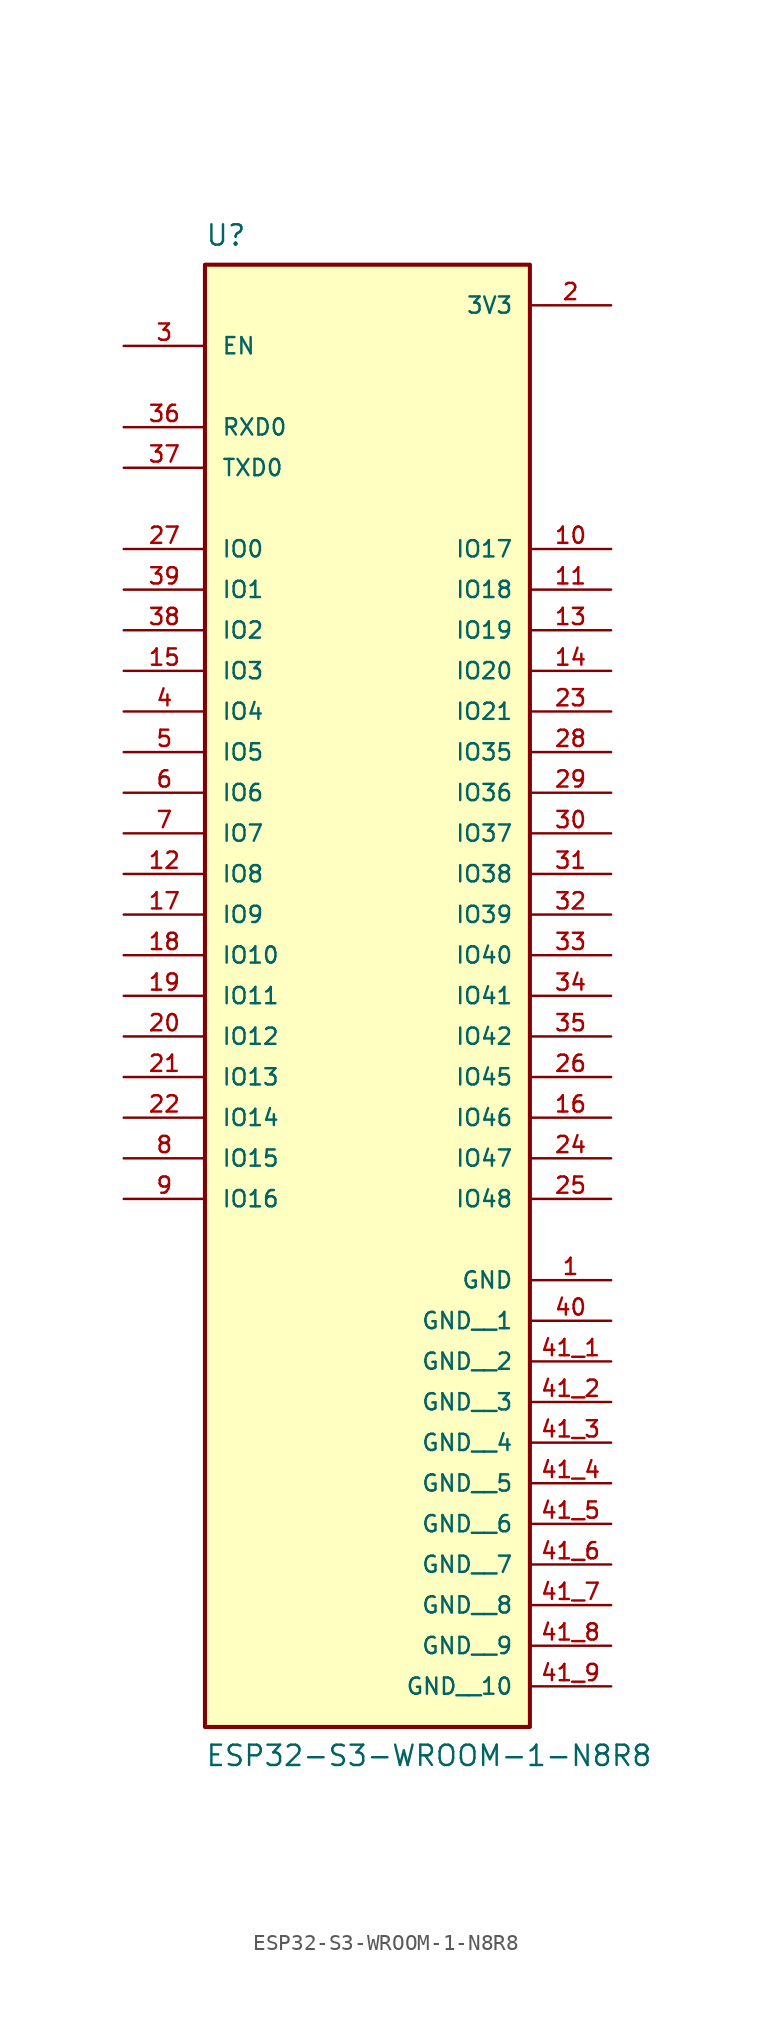
<source format=kicad_sym>
(kicad_symbol_lib
  (version 20211014)
  (generator kicad_symbol_editor)
  (symbol "ESP32-S3-WROOM-1-N8R8"
    (pin_names
      (offset 1.016))
    (property "Reference" "U"
      (at -10.16 34.112 0)
      (effects (font (size 1.27 1.27)) (justify bottom left)))
    (property "Value" "ESP32-S3-WROOM-1-N8R8"
      (at -10.16 -60.96 0)
      (effects (font (size 1.27 1.27)) (justify bottom left)))
    (symbol "ESP32-S3-WROOM-1-N8R8_0_0"
      (rectangle (start -10.16 -58.42) (end 10.16 33.02) (stroke (width 0.254)) (fill (type background)))
      (pin power_in line (at 15.24 -30.48 180.0) (length 5.08) (name "GND" (effects (font (size 1.016 1.016)))) (number "1" (effects (font (size 1.016 1.016)))))
      (pin power_in line (at 15.24 30.48 180.0) (length 5.08) (name "3V3" (effects (font (size 1.016 1.016)))) (number "2" (effects (font (size 1.016 1.016)))))
      (pin input line (at -15.24 27.94 0) (length 5.08) (name "EN" (effects (font (size 1.016 1.016)))) (number "3" (effects (font (size 1.016 1.016)))))
      (pin bidirectional line (at 15.24 2.54 180.0) (length 5.08) (name "IO35" (effects (font (size 1.016 1.016)))) (number "28" (effects (font (size 1.016 1.016)))))
      (pin bidirectional line (at 15.24 -12.7 180.0) (length 5.08) (name "IO41" (effects (font (size 1.016 1.016)))) (number "34" (effects (font (size 1.016 1.016)))))
      (pin bidirectional line (at 15.24 -7.62 180.0) (length 5.08) (name "IO39" (effects (font (size 1.016 1.016)))) (number "32" (effects (font (size 1.016 1.016)))))
      (pin bidirectional line (at 15.24 -10.16 180.0) (length 5.08) (name "IO40" (effects (font (size 1.016 1.016)))) (number "33" (effects (font (size 1.016 1.016)))))
      (pin bidirectional line (at -15.24 -20.32 0) (length 5.08) (name "IO14" (effects (font (size 1.016 1.016)))) (number "22" (effects (font (size 1.016 1.016)))))
      (pin bidirectional line (at -15.24 -15.24 0) (length 5.08) (name "IO12" (effects (font (size 1.016 1.016)))) (number "20" (effects (font (size 1.016 1.016)))))
      (pin bidirectional line (at -15.24 -17.78 0) (length 5.08) (name "IO13" (effects (font (size 1.016 1.016)))) (number "21" (effects (font (size 1.016 1.016)))))
      (pin bidirectional line (at -15.24 -22.86 0) (length 5.08) (name "IO15" (effects (font (size 1.016 1.016)))) (number "8" (effects (font (size 1.016 1.016)))))
      (pin bidirectional line (at -15.24 10.16 0) (length 5.08) (name "IO2" (effects (font (size 1.016 1.016)))) (number "38" (effects (font (size 1.016 1.016)))))
      (pin bidirectional line (at -15.24 15.24 0) (length 5.08) (name "IO0" (effects (font (size 1.016 1.016)))) (number "27" (effects (font (size 1.016 1.016)))))
      (pin bidirectional line (at -15.24 5.08 0) (length 5.08) (name "IO4" (effects (font (size 1.016 1.016)))) (number "4" (effects (font (size 1.016 1.016)))))
      (pin bidirectional line (at -15.24 -25.4 0) (length 5.08) (name "IO16" (effects (font (size 1.016 1.016)))) (number "9" (effects (font (size 1.016 1.016)))))
      (pin bidirectional line (at 15.24 15.24 180.0) (length 5.08) (name "IO17" (effects (font (size 1.016 1.016)))) (number "10" (effects (font (size 1.016 1.016)))))
      (pin bidirectional line (at -15.24 2.54 0) (length 5.08) (name "IO5" (effects (font (size 1.016 1.016)))) (number "5" (effects (font (size 1.016 1.016)))))
      (pin bidirectional line (at 15.24 12.7 180.0) (length 5.08) (name "IO18" (effects (font (size 1.016 1.016)))) (number "11" (effects (font (size 1.016 1.016)))))
      (pin bidirectional line (at 15.24 10.16 180.0) (length 5.08) (name "IO19" (effects (font (size 1.016 1.016)))) (number "13" (effects (font (size 1.016 1.016)))))
      (pin bidirectional line (at 15.24 5.08 180.0) (length 5.08) (name "IO21" (effects (font (size 1.016 1.016)))) (number "23" (effects (font (size 1.016 1.016)))))
      (pin bidirectional line (at 15.24 -2.54 180.0) (length 5.08) (name "IO37" (effects (font (size 1.016 1.016)))) (number "30" (effects (font (size 1.016 1.016)))))
      (pin bidirectional line (at 15.24 -5.08 180.0) (length 5.08) (name "IO38" (effects (font (size 1.016 1.016)))) (number "31" (effects (font (size 1.016 1.016)))))
      (pin bidirectional line (at -15.24 12.7 0) (length 5.08) (name "IO1" (effects (font (size 1.016 1.016)))) (number "39" (effects (font (size 1.016 1.016)))))
      (pin bidirectional line (at -15.24 7.62 0) (length 5.08) (name "IO3" (effects (font (size 1.016 1.016)))) (number "15" (effects (font (size 1.016 1.016)))))
      (pin bidirectional line (at -15.24 0.0 0) (length 5.08) (name "IO6" (effects (font (size 1.016 1.016)))) (number "6" (effects (font (size 1.016 1.016)))))
      (pin bidirectional line (at -15.24 -2.54 0) (length 5.08) (name "IO7" (effects (font (size 1.016 1.016)))) (number "7" (effects (font (size 1.016 1.016)))))
      (pin bidirectional line (at -15.24 -5.08 0) (length 5.08) (name "IO8" (effects (font (size 1.016 1.016)))) (number "12" (effects (font (size 1.016 1.016)))))
      (pin bidirectional line (at -15.24 -7.62 0) (length 5.08) (name "IO9" (effects (font (size 1.016 1.016)))) (number "17" (effects (font (size 1.016 1.016)))))
      (pin bidirectional line (at -15.24 -10.16 0) (length 5.08) (name "IO10" (effects (font (size 1.016 1.016)))) (number "18" (effects (font (size 1.016 1.016)))))
      (pin bidirectional line (at -15.24 -12.7 0) (length 5.08) (name "IO11" (effects (font (size 1.016 1.016)))) (number "19" (effects (font (size 1.016 1.016)))))
      (pin bidirectional line (at 15.24 0.0 180.0) (length 5.08) (name "IO36" (effects (font (size 1.016 1.016)))) (number "29" (effects (font (size 1.016 1.016)))))
      (pin bidirectional line (at 15.24 -15.24 180.0) (length 5.08) (name "IO42" (effects (font (size 1.016 1.016)))) (number "35" (effects (font (size 1.016 1.016)))))
      (pin bidirectional line (at 15.24 7.62 180.0) (length 5.08) (name "IO20" (effects (font (size 1.016 1.016)))) (number "14" (effects (font (size 1.016 1.016)))))
      (pin bidirectional line (at -15.24 20.32 0) (length 5.08) (name "TXD0" (effects (font (size 1.016 1.016)))) (number "37" (effects (font (size 1.016 1.016)))))
      (pin bidirectional line (at -15.24 22.86 0) (length 5.08) (name "RXD0" (effects (font (size 1.016 1.016)))) (number "36" (effects (font (size 1.016 1.016)))))
      (pin bidirectional line (at 15.24 -17.78 180.0) (length 5.08) (name "IO45" (effects (font (size 1.016 1.016)))) (number "26" (effects (font (size 1.016 1.016)))))
      (pin bidirectional line (at 15.24 -20.32 180.0) (length 5.08) (name "IO46" (effects (font (size 1.016 1.016)))) (number "16" (effects (font (size 1.016 1.016)))))
      (pin bidirectional line (at 15.24 -22.86 180.0) (length 5.08) (name "IO47" (effects (font (size 1.016 1.016)))) (number "24" (effects (font (size 1.016 1.016)))))
      (pin bidirectional line (at 15.24 -25.4 180.0) (length 5.08) (name "IO48" (effects (font (size 1.016 1.016)))) (number "25" (effects (font (size 1.016 1.016)))))
      (pin power_in line (at 15.24 -33.02 180.0) (length 5.08) (name "GND__1" (effects (font (size 1.016 1.016)))) (number "40" (effects (font (size 1.016 1.016)))))
      (pin power_in line (at 15.24 -35.56 180.0) (length 5.08) (name "GND__2" (effects (font (size 1.016 1.016)))) (number "41_1" (effects (font (size 1.016 1.016)))))
      (pin power_in line (at 15.24 -38.1 180.0) (length 5.08) (name "GND__3" (effects (font (size 1.016 1.016)))) (number "41_2" (effects (font (size 1.016 1.016)))))
      (pin power_in line (at 15.24 -40.64 180.0) (length 5.08) (name "GND__4" (effects (font (size 1.016 1.016)))) (number "41_3" (effects (font (size 1.016 1.016)))))
      (pin power_in line (at 15.24 -43.18 180.0) (length 5.08) (name "GND__5" (effects (font (size 1.016 1.016)))) (number "41_4" (effects (font (size 1.016 1.016)))))
      (pin power_in line (at 15.24 -45.72 180.0) (length 5.08) (name "GND__6" (effects (font (size 1.016 1.016)))) (number "41_5" (effects (font (size 1.016 1.016)))))
      (pin power_in line (at 15.24 -48.26 180.0) (length 5.08) (name "GND__7" (effects (font (size 1.016 1.016)))) (number "41_6" (effects (font (size 1.016 1.016)))))
      (pin power_in line (at 15.24 -50.8 180.0) (length 5.08) (name "GND__8" (effects (font (size 1.016 1.016)))) (number "41_7" (effects (font (size 1.016 1.016)))))
      (pin power_in line (at 15.24 -53.34 180.0) (length 5.08) (name "GND__9" (effects (font (size 1.016 1.016)))) (number "41_8" (effects (font (size 1.016 1.016)))))
      (pin power_in line (at 15.24 -55.88 180.0) (length 5.08) (name "GND__10" (effects (font (size 1.016 1.016)))) (number "41_9" (effects (font (size 1.016 1.016))))))))
</source>
